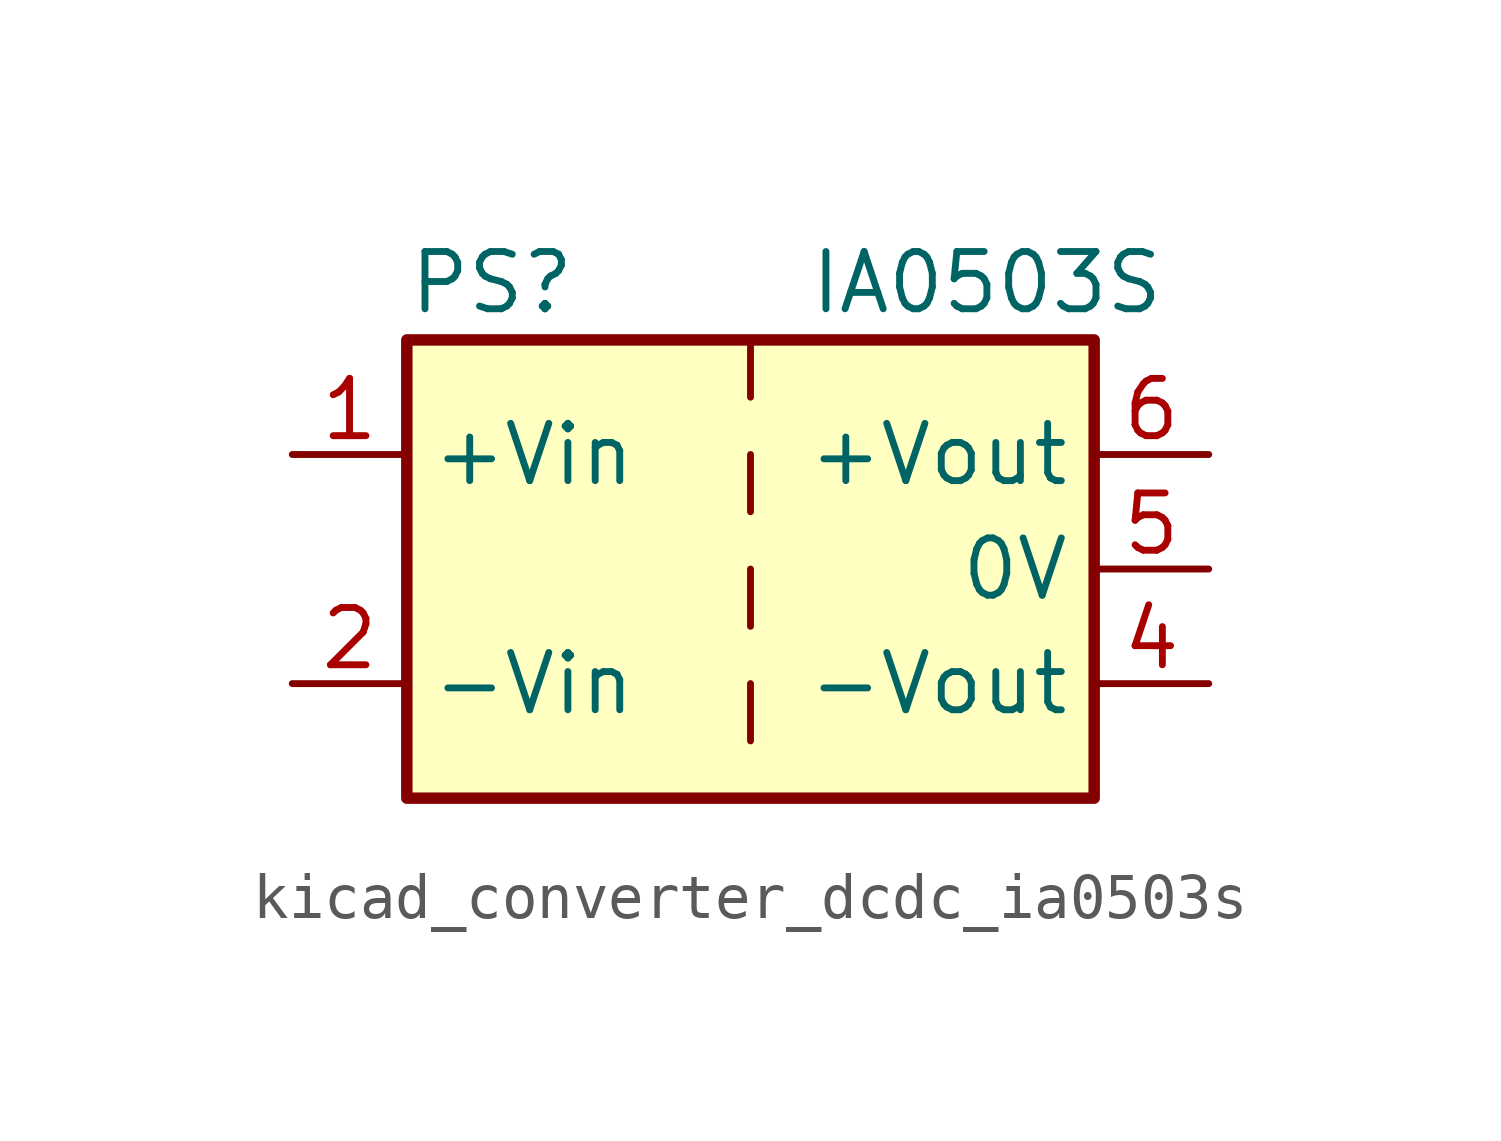
<source format=kicad_sym>
(kicad_symbol_lib
  (version 20220914)
  (generator kicad_symbol_editor)
  (symbol "kicad_converter_dcdc_ia0503s"
    (property "Reference" "PS"
      (at -7.62 6.35 0)
      (effects (font (size 1.27 1.27)) (justify left)))
    (property "Value" "IA0503S"
      (at 1.27 6.35 0)
      (effects (font (size 1.27 1.27)) (justify left)))
    (symbol "kicad_converter_dcdc_ia0503s_0_0"
      (pin power_in line (at -10.16 2.54 0) (length 2.54) (name "+Vin" (effects (font (size 1.27 1.27)))) (number "1" (effects (font (size 1.27 1.27)))))
      (pin power_in line (at -10.16 -2.54 0) (length 2.54) (name "-Vin" (effects (font (size 1.27 1.27)))) (number "2" (effects (font (size 1.27 1.27)))))
      (pin power_out line (at 10.16 -2.54 180) (length 2.54) (name "-Vout" (effects (font (size 1.27 1.27)))) (number "4" (effects (font (size 1.27 1.27)))))
      (pin power_out line (at 10.16 0 180) (length 2.54) (name "0V" (effects (font (size 1.27 1.27)))) (number "5" (effects (font (size 1.27 1.27)))))
      (pin power_out line (at 10.16 2.54 180) (length 2.54) (name "+Vout" (effects (font (size 1.27 1.27)))) (number "6" (effects (font (size 1.27 1.27))))))
    (symbol "kicad_converter_dcdc_ia0503s_0_1"
      (rectangle (start -7.62 5.08) (end 7.62 -5.08) (stroke (width 0.254) (type default)) (fill (type background)))
      (polyline (pts (xy 0 -2.54) (xy 0 -3.81)) (stroke (width 0) (type default)) (fill (type none)))
      (polyline (pts (xy 0 0) (xy 0 -1.27)) (stroke (width 0) (type default)) (fill (type none)))
      (polyline (pts (xy 0 2.54) (xy 0 1.27)) (stroke (width 0) (type default)) (fill (type none)))
      (polyline (pts (xy 0 5.08) (xy 0 3.81)) (stroke (width 0) (type default)) (fill (type none))))))
</source>
